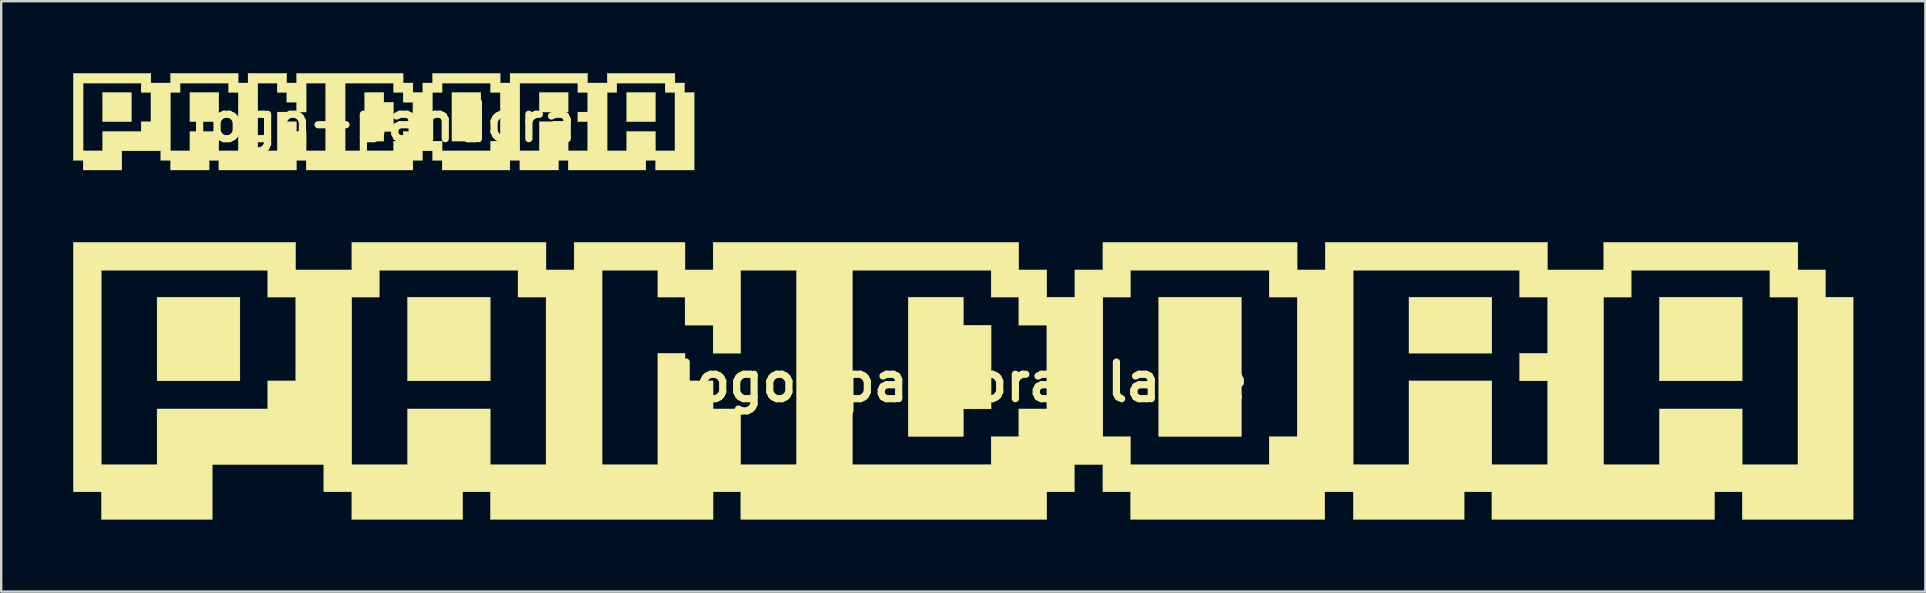
<source format=kicad_pcb>
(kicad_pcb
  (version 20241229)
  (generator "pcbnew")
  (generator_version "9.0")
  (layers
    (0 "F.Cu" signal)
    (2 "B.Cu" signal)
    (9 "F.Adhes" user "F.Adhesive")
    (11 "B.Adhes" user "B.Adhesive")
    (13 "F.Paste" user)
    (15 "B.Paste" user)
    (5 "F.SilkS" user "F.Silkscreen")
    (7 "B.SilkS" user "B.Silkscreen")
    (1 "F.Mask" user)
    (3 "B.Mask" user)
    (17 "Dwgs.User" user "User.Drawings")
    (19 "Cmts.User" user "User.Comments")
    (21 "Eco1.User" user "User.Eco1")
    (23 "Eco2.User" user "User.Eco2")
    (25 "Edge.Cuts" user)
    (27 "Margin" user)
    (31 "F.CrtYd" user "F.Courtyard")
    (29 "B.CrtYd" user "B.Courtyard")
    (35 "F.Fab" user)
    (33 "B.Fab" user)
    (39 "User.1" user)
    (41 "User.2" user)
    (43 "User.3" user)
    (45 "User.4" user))
  (footprint "logo-pandora-large"
    (layer "F.Cu")
    (at 37.038 12.869)
    (property "Reference" "logo-pandora-large" (at 0 0 0) (layer "F.SilkS") (effects (font (size 1.524 1.524) (thickness 0.3))))
    (attr through_hole)
    (fp_poly (pts (xy -30.091 -0.051) (xy -33.545 -0.051) (xy -33.545 -3.539) (xy -30.091 -3.539) (xy -30.091 -0.051)) (stroke (width 0.01) (type solid)) (fill yes) (layer "F.SilkS"))
    (fp_poly (pts (xy -19.66 -0.051) (xy -23.114 -0.051) (xy -23.114 -3.539) (xy -19.66 -3.539) (xy -19.66 -0.051)) (stroke (width 0.01) (type solid)) (fill yes) (layer "F.SilkS"))
    (fp_poly (pts (xy 11.633 2.269) (xy 8.179 2.269) (xy 8.179 -3.539) (xy 11.633 -3.539) (xy 11.633 2.269)) (stroke (width 0.01) (type solid)) (fill yes) (layer "F.SilkS"))
    (fp_poly (pts (xy 22.064 -1.202) (xy 18.61 -1.202) (xy 18.61 -3.539) (xy 22.064 -3.539) (xy 22.064 -1.202)) (stroke (width 0.01) (type solid)) (fill yes) (layer "F.SilkS"))
    (fp_poly (pts (xy 32.495 -0.051) (xy 29.041 -0.051) (xy 29.041 -3.539) (xy 32.495 -3.539) (xy 32.495 -0.051)) (stroke (width 0.01) (type solid)) (fill yes) (layer "F.SilkS"))
    (fp_poly (pts (xy 0.051 -2.371) (xy 1.202 -2.371) (xy 1.202 1.118) (xy 0.051 1.118) (xy 0.051 2.269) (xy -2.252 2.269) (xy -2.252 -3.539) (xy 0.051 -3.539) (xy 0.051 -2.371)) (stroke (width 0.01) (type solid)) (fill yes) (layer "F.SilkS"))
    (fp_poly (pts (xy -27.771 -4.674) (xy -25.434 -4.674) (xy -25.434 -5.825) (xy -17.34 -5.825) (xy -17.34 -4.674) (xy -16.171 -4.674) (xy -16.171 -5.825) (xy -11.549 -5.825) (xy -11.549 -4.674) (xy -10.38 -4.674) (xy -10.38 -5.825) (xy 2.354 -5.825) (xy 2.354 -4.674) (xy 3.522 -4.674) (xy 3.522 -3.539) (xy 4.691 -3.539) (xy 5.859 -3.539) (xy 5.859 2.269) (xy 7.01 2.269) (xy 7.01 3.437) (xy 12.785 3.437) (xy 12.785 2.269) (xy 13.953 2.269) (xy 13.953 -3.539) (xy 12.785 -3.539) (xy 12.785 -4.657) (xy 16.29 -4.657) (xy 16.29 3.437) (xy 18.61 3.437) (xy 18.61 -0.051) (xy 22.064 -0.051) (xy 22.064 3.437) (xy 24.384 3.437) (xy 24.384 -0.051) (xy 23.216 -0.051) (xy 23.216 -1.202) (xy 24.384 -1.202) (xy 24.384 -3.539) (xy 26.721 -3.539) (xy 26.721 3.437) (xy 29.041 3.437) (xy 29.041 1.118) (xy 32.495 1.118) (xy 32.495 3.437) (xy 34.815 3.437) (xy 34.815 -3.539) (xy 33.647 -3.539) (xy 33.647 -4.657) (xy 27.872 -4.657) (xy 27.872 -3.539) (xy 26.721 -3.539) (xy 24.384 -3.539) (xy 23.216 -3.539) (xy 23.216 -4.657) (xy 16.29 -4.657) (xy 12.785 -4.657) (xy 7.01 -4.657) (xy 7.01 -3.539) (xy 5.859 -3.539) (xy 4.691 -3.539) (xy 4.691 -4.674) (xy 5.859 -4.674) (xy 5.859 -5.825) (xy 13.953 -5.825) (xy 13.953 -4.674) (xy 15.121 -4.674) (xy 15.121 -5.825) (xy 24.384 -5.825) (xy 24.384 -4.674) (xy 26.721 -4.674) (xy 26.721 -5.825) (xy 34.815 -5.825) (xy 34.815 -4.674) (xy 35.966 -4.674) (xy 35.966 -3.539) (xy 37.118 -3.539) (xy 37.118 5.723) (xy 32.495 5.723) (xy 32.495 4.572) (xy 31.344 4.572) (xy 31.344 5.723) (xy 22.064 5.723) (xy 22.064 4.572) (xy 20.913 4.572) (xy 20.913 5.723) (xy 16.29 5.723) (xy 16.29 4.572) (xy 15.105 4.572) (xy 15.105 5.723) (xy 7.01 5.723) (xy 7.01 4.572) (xy 5.859 4.572) (xy 5.859 3.437) (xy 4.674 3.437) (xy 4.674 4.572) (xy 3.522 4.572) (xy 3.522 5.723) (xy -9.229 5.723) (xy -9.229 4.572) (xy -10.38 4.572) (xy -10.38 5.723) (xy -19.66 5.723) (xy -19.66 4.572) (xy -20.811 4.572) (xy -20.811 5.723) (xy -25.434 5.723) (xy -25.434 4.572) (xy -26.602 4.572) (xy -26.602 3.437) (xy -31.242 3.437) (xy -31.242 5.723) (xy -35.865 5.723) (xy -35.865 4.572) (xy -37.033 4.572) (xy -37.033 -4.657) (xy -35.865 -4.657) (xy -35.865 3.437) (xy -33.545 3.437) (xy -33.545 1.118) (xy -28.939 1.118) (xy -28.939 -0.051) (xy -27.771 -0.051) (xy -27.771 -3.539) (xy -25.434 -3.539) (xy -25.434 3.437) (xy -23.114 3.437) (xy -23.114 1.118) (xy -19.66 1.118) (xy -19.66 3.437) (xy -17.34 3.437) (xy -17.34 -3.539) (xy -18.508 -3.539) (xy -18.508 -4.657) (xy -15.003 -4.657) (xy -15.003 3.437) (xy -12.683 3.437) (xy -12.683 -1.202) (xy -11.549 -1.202) (xy -11.549 -0.051) (xy -10.38 -0.051) (xy -10.38 1.118) (xy -9.229 1.118) (xy -9.229 3.437) (xy -6.909 3.437) (xy -6.909 -4.657) (xy -4.572 -4.657) (xy -4.572 3.437) (xy 1.202 3.437) (xy 1.202 2.269) (xy 2.354 2.269) (xy 2.354 1.118) (xy 3.522 1.118) (xy 3.522 -2.371) (xy 2.354 -2.371) (xy 2.354 -3.539) (xy 1.202 -3.539) (xy 1.202 -4.657) (xy -4.572 -4.657) (xy -6.909 -4.657) (xy -9.229 -4.657) (xy -9.229 -1.202) (xy -10.38 -1.202) (xy -10.38 -2.371) (xy -11.549 -2.371) (xy -11.549 -3.539) (xy -12.683 -3.539) (xy -12.683 -4.657) (xy -15.003 -4.657) (xy -18.508 -4.657) (xy -24.282 -4.657) (xy -24.282 -3.539) (xy -25.434 -3.539) (xy -27.771 -3.539) (xy -28.939 -3.539) (xy -28.939 -4.657) (xy -35.865 -4.657) (xy -37.033 -4.657) (xy -37.033 -5.825) (xy -27.771 -5.825) (xy -27.771 -4.674)) (stroke (width 0.01) (type solid)) (fill yes) (layer "F.SilkS")))
  (footprint "logo-pandora"
    (layer "F.Cu")
    (at 12.924 2.037)
    (property "Reference" "logo-pandora" (at 0 0 0) (layer "F.SilkS") (effects (font (size 1.524 1.524) (thickness 0.3))))
    (attr through_hole)
    (fp_poly (pts (xy -10.497 -0.018) (xy -11.702 -0.018) (xy -11.702 -1.235) (xy -10.497 -1.235) (xy -10.497 -0.018)) (stroke (width 0.01) (type solid)) (fill yes) (layer "F.SilkS"))
    (fp_poly (pts (xy -6.858 -0.018) (xy -8.063 -0.018) (xy -8.063 -1.235) (xy -6.858 -1.235) (xy -6.858 -0.018)) (stroke (width 0.01) (type solid)) (fill yes) (layer "F.SilkS"))
    (fp_poly (pts (xy 4.058 0.792) (xy 2.853 0.792) (xy 2.853 -1.235) (xy 4.058 -1.235) (xy 4.058 0.792)) (stroke (width 0.01) (type solid)) (fill yes) (layer "F.SilkS"))
    (fp_poly (pts (xy 7.697 -0.419) (xy 6.492 -0.419) (xy 6.492 -1.235) (xy 7.697 -1.235) (xy 7.697 -0.419)) (stroke (width 0.01) (type solid)) (fill yes) (layer "F.SilkS"))
    (fp_poly (pts (xy 11.335 -0.018) (xy 10.13 -0.018) (xy 10.13 -1.235) (xy 11.335 -1.235) (xy 11.335 -0.018)) (stroke (width 0.01) (type solid)) (fill yes) (layer "F.SilkS"))
    (fp_poly (pts (xy 0.018 -0.827) (xy 0.419 -0.827) (xy 0.419 0.39) (xy 0.018 0.39) (xy 0.018 0.792) (xy -0.786 0.792) (xy -0.786 -1.235) (xy 0.018 -1.235) (xy 0.018 -0.827)) (stroke (width 0.01) (type solid)) (fill yes) (layer "F.SilkS"))
    (fp_poly (pts (xy -9.687 -1.63) (xy -8.872 -1.63) (xy -8.872 -2.032) (xy -6.049 -2.032) (xy -6.049 -1.63) (xy -5.641 -1.63) (xy -5.641 -2.032) (xy -4.029 -2.032) (xy -4.029 -1.63) (xy -3.621 -1.63) (xy -3.621 -2.032) (xy 0.821 -2.032) (xy 0.821 -1.63) (xy 1.229 -1.63) (xy 1.229 -1.235) (xy 1.636 -1.235) (xy 2.044 -1.235) (xy 2.044 0.792) (xy 2.445 0.792) (xy 2.445 1.199) (xy 4.46 1.199) (xy 4.46 0.792) (xy 4.867 0.792) (xy 4.867 -1.235) (xy 4.46 -1.235) (xy 4.46 -1.624) (xy 5.683 -1.624) (xy 5.683 1.199) (xy 6.492 1.199) (xy 6.492 -0.018) (xy 7.697 -0.018) (xy 7.697 1.199) (xy 8.506 1.199) (xy 8.506 -0.018) (xy 8.098 -0.018) (xy 8.098 -0.419) (xy 8.506 -0.419) (xy 8.506 -1.235) (xy 9.321 -1.235) (xy 9.321 1.199) (xy 10.13 1.199) (xy 10.13 0.39) (xy 11.335 0.39) (xy 11.335 1.199) (xy 12.145 1.199) (xy 12.145 -1.235) (xy 11.737 -1.235) (xy 11.737 -1.624) (xy 9.723 -1.624) (xy 9.723 -1.235) (xy 9.321 -1.235) (xy 8.506 -1.235) (xy 8.098 -1.235) (xy 8.098 -1.624) (xy 5.683 -1.624) (xy 4.46 -1.624) (xy 2.445 -1.624) (xy 2.445 -1.235) (xy 2.044 -1.235) (xy 1.636 -1.235) (xy 1.636 -1.63) (xy 2.044 -1.63) (xy 2.044 -2.032) (xy 4.867 -2.032) (xy 4.867 -1.63) (xy 5.275 -1.63) (xy 5.275 -2.032) (xy 8.506 -2.032) (xy 8.506 -1.63) (xy 9.321 -1.63) (xy 9.321 -2.032) (xy 12.145 -2.032) (xy 12.145 -1.63) (xy 12.546 -1.63) (xy 12.546 -1.235) (xy 12.948 -1.235) (xy 12.948 1.997) (xy 11.335 1.997) (xy 11.335 1.595) (xy 10.934 1.595) (xy 10.934 1.997) (xy 7.697 1.997) (xy 7.697 1.595) (xy 7.295 1.595) (xy 7.295 1.997) (xy 5.683 1.997) (xy 5.683 1.595) (xy 5.269 1.595) (xy 5.269 1.997) (xy 2.445 1.997) (xy 2.445 1.595) (xy 2.044 1.595) (xy 2.044 1.199) (xy 1.63 1.199) (xy 1.63 1.595) (xy 1.229 1.595) (xy 1.229 1.997) (xy -3.219 1.997) (xy -3.219 1.595) (xy -3.621 1.595) (xy -3.621 1.997) (xy -6.858 1.997) (xy -6.858 1.595) (xy -7.26 1.595) (xy -7.26 1.997) (xy -8.872 1.997) (xy -8.872 1.595) (xy -9.28 1.595) (xy -9.28 1.199) (xy -10.898 1.199) (xy -10.898 1.997) (xy -12.511 1.997) (xy -12.511 1.595) (xy -12.919 1.595) (xy -12.919 -1.624) (xy -12.511 -1.624) (xy -12.511 1.199) (xy -11.702 1.199) (xy -11.702 0.39) (xy -10.095 0.39) (xy -10.095 -0.018) (xy -9.687 -0.018) (xy -9.687 -1.235) (xy -8.872 -1.235) (xy -8.872 1.199) (xy -8.063 1.199) (xy -8.063 0.39) (xy -6.858 0.39) (xy -6.858 1.199) (xy -6.049 1.199) (xy -6.049 -1.235) (xy -6.456 -1.235) (xy -6.456 -1.624) (xy -5.234 -1.624) (xy -5.234 1.199) (xy -4.424 1.199) (xy -4.424 -0.419) (xy -4.029 -0.419) (xy -4.029 -0.018) (xy -3.621 -0.018) (xy -3.621 0.39) (xy -3.219 0.39) (xy -3.219 1.199) (xy -2.41 1.199) (xy -2.41 -1.624) (xy -1.595 -1.624) (xy -1.595 1.199) (xy 0.419 1.199) (xy 0.419 0.792) (xy 0.821 0.792) (xy 0.821 0.39) (xy 1.229 0.39) (xy 1.229 -0.827) (xy 0.821 -0.827) (xy 0.821 -1.235) (xy 0.419 -1.235) (xy 0.419 -1.624) (xy -1.595 -1.624) (xy -2.41 -1.624) (xy -3.219 -1.624) (xy -3.219 -0.419) (xy -3.621 -0.419) (xy -3.621 -0.827) (xy -4.029 -0.827) (xy -4.029 -1.235) (xy -4.424 -1.235) (xy -4.424 -1.624) (xy -5.234 -1.624) (xy -6.456 -1.624) (xy -8.471 -1.624) (xy -8.471 -1.235) (xy -8.872 -1.235) (xy -9.687 -1.235) (xy -10.095 -1.235) (xy -10.095 -1.624) (xy -12.511 -1.624) (xy -12.919 -1.624) (xy -12.919 -2.032) (xy -9.687 -2.032) (xy -9.687 -1.63)) (stroke (width 0.01) (type solid)) (fill yes) (layer "F.SilkS")))
  (gr_rect
    (start -3 -3)
    (end 77.161 21.597)
    (stroke (width 0.1) (type default))
    (fill no)
    (layer "Edge.Cuts")))
</source>
